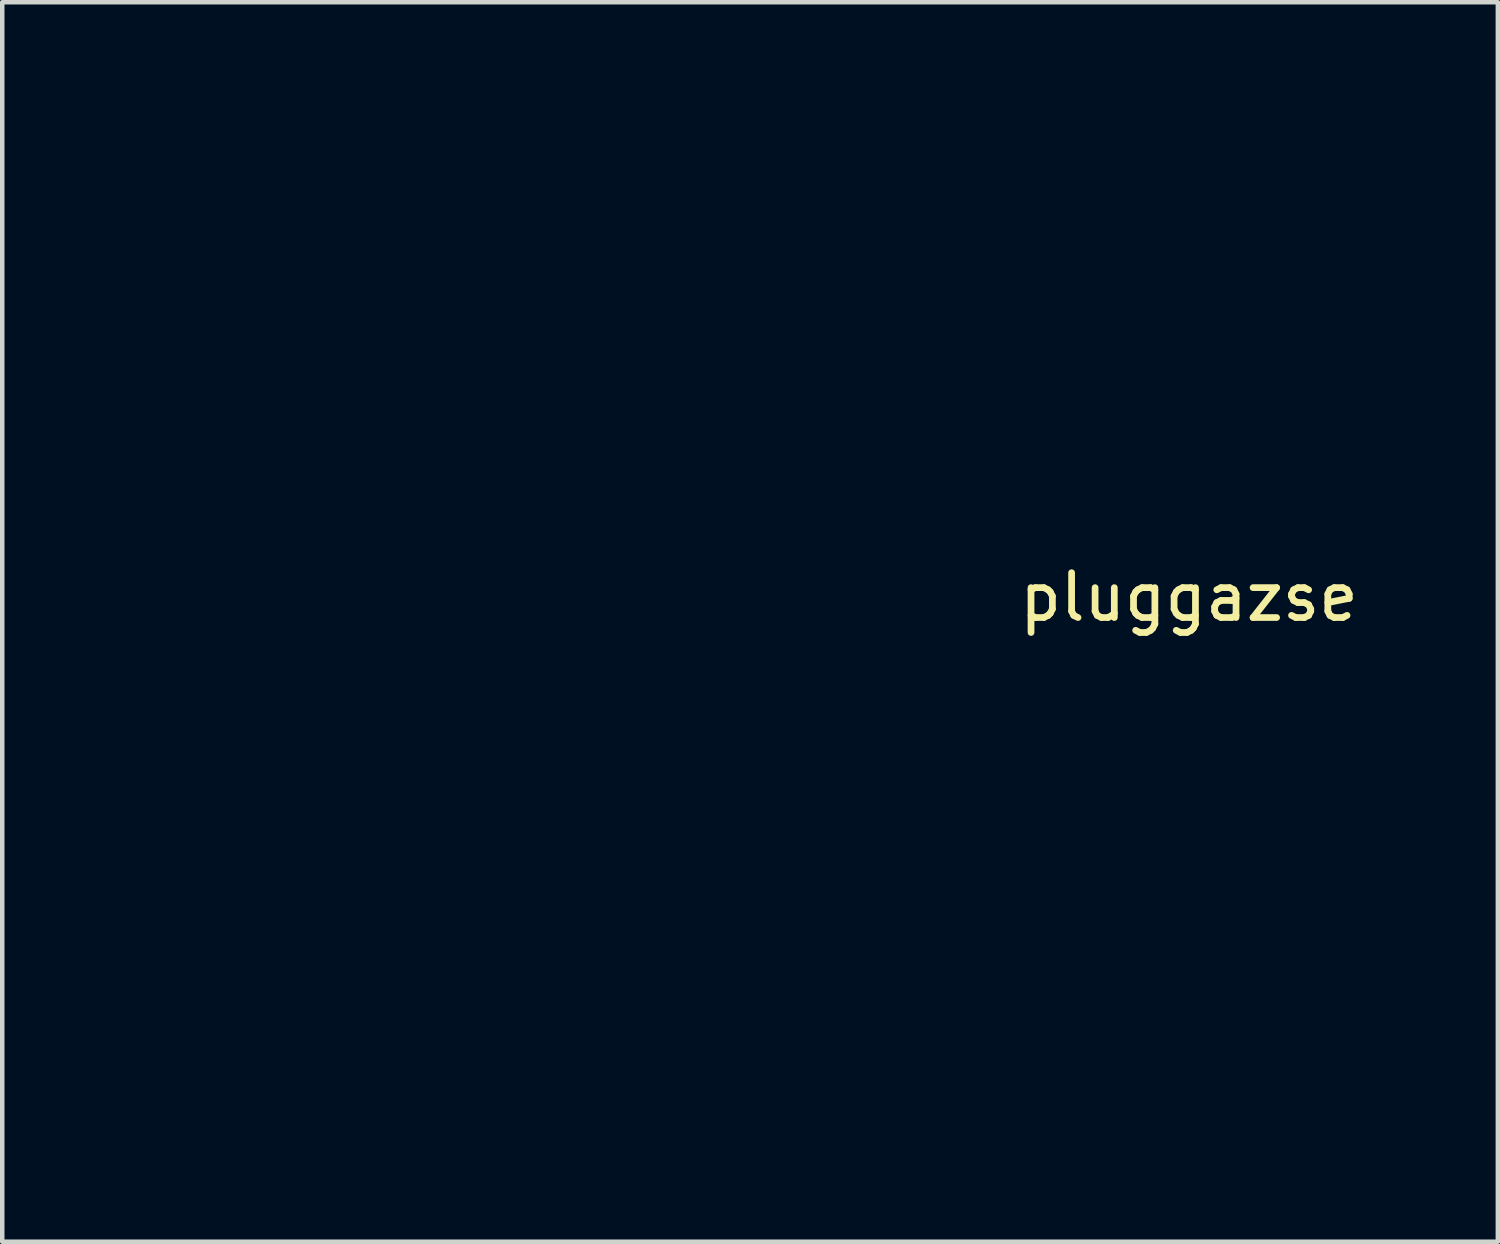
<source format=kicad_pcb>
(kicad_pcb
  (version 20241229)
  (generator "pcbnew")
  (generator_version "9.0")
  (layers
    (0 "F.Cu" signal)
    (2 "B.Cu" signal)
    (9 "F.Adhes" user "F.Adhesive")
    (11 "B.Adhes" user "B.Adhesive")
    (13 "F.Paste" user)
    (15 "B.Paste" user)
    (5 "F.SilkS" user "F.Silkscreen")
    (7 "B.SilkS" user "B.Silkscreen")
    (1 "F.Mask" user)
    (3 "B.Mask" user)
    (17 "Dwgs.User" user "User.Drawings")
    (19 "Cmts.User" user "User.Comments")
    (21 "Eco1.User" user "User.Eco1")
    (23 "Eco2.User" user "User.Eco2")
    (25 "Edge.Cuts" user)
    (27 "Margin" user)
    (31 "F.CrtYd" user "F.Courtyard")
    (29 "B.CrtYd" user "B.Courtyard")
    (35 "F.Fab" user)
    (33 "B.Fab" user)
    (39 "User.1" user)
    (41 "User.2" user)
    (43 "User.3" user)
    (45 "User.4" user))
  (footprint "pluggazse"
    (layer "F.Cu")
    (at 0.25 0.25)
    (property "Reference" "pluggazse" (at 23.217 10.017 0) (unlocked yes) (layer "F.SilkS") (effects (font (size 1 1) (thickness 0.15))))
    (attr smd)
    (fp_poly (pts (xy 10.186 8.149) (xy 9.168 8.149) (xy 9.168 7.131) (xy 10.186 7.131)) (stroke (width 0) (type solid)) (fill yes) (layer "F.Mask"))
    (fp_poly (pts (xy 10.186 10.186) (xy 9.168 10.186) (xy 9.168 9.168) (xy 10.186 9.168)) (stroke (width 0) (type solid)) (fill yes) (layer "F.Mask"))
    (fp_poly (pts (xy 11.205 7.131) (xy 10.186 7.131) (xy 10.186 6.112) (xy 11.205 6.112)) (stroke (width 0) (type solid)) (fill yes) (layer "F.Mask"))
    (fp_poly (pts (xy 12.224 6.112) (xy 11.205 6.112) (xy 11.205 5.093) (xy 12.224 5.093)) (stroke (width 0) (type solid)) (fill yes) (layer "F.Mask"))
    (fp_poly (pts (xy 12.224 15.28) (xy 11.205 15.28) (xy 11.205 14.261) (xy 12.224 14.261)) (stroke (width 0) (type solid)) (fill yes) (layer "F.Mask"))
    (fp_poly (pts (xy 12.224 17.317) (xy 11.205 17.317) (xy 11.205 16.298) (xy 12.224 16.298)) (stroke (width 0) (type solid)) (fill yes) (layer "F.Mask"))
    (fp_poly (pts (xy 13.242 7.131) (xy 12.224 7.131) (xy 12.224 6.112) (xy 13.242 6.112)) (stroke (width 0) (type solid)) (fill yes) (layer "F.Mask"))
    (fp_poly (pts (xy 15.28 21.392) (xy 14.261 21.392) (xy 14.261 20.373) (xy 15.28 20.373)) (stroke (width 0) (type solid)) (fill yes) (layer "F.Mask"))
    (fp_poly (pts (xy 20.373 9.168) (xy 19.354 9.168) (xy 19.354 8.149) (xy 20.373 8.149)) (stroke (width 0) (type solid)) (fill yes) (layer "F.Mask"))
    (fp_poly (pts (xy 20.373 21.392) (xy 19.354 21.392) (xy 19.354 20.373) (xy 20.373 20.373)) (stroke (width 0) (type solid)) (fill yes) (layer "F.Mask"))
    (fp_poly (pts (xy 21.392 10.186) (xy 20.373 10.186) (xy 20.373 9.168) (xy 21.392 9.168)) (stroke (width 0) (type solid)) (fill yes) (layer "F.Mask"))
    (fp_poly (pts (xy 9.168 6.112) (xy 9.168 7.131) (xy 8.149 7.131) (xy 8.149 6.112) (xy 8.149 5.093) (xy 9.168 5.093)) (stroke (width 0) (type solid)) (fill yes) (layer "F.Mask"))
    (fp_poly (pts (xy 12.224 20.373) (xy 12.224 21.392) (xy 11.205 21.392) (xy 11.205 20.373) (xy 11.205 19.354) (xy 12.224 19.354)) (stroke (width 0) (type solid)) (fill yes) (layer "F.Mask"))
    (fp_poly (pts (xy 10.186 4.075) (xy 10.186 5.093) (xy 9.168 5.093) (xy 9.168 4.075) (xy 8.149 4.075) (xy 8.149 3.056) (xy 9.168 3.056) (xy 10.186 3.056)) (stroke (width 0) (type solid)) (fill yes) (layer "F.Mask"))
    (fp_poly (pts (xy 14.261 18.336) (xy 14.261 19.354) (xy 13.242 19.354) (xy 12.224 19.354) (xy 12.224 18.336) (xy 12.224 17.317) (xy 13.242 17.317) (xy 14.261 17.317)) (stroke (width 0) (type solid)) (fill yes) (layer "F.Mask"))
    (fp_poly (pts (xy 15.28 15.28) (xy 14.261 15.28) (xy 14.261 16.298) (xy 13.242 16.298) (xy 13.242 15.28) (xy 13.242 14.261) (xy 14.261 14.261) (xy 15.28 14.261)) (stroke (width 0) (type solid)) (fill yes) (layer "F.Mask"))
    (fp_poly (pts (xy 5.093 3.056) (xy 5.093 4.075) (xy 5.093 5.093) (xy 4.075 5.093) (xy 3.056 5.093) (xy 2.037 5.093) (xy 2.037 4.075) (xy 2.037 3.056) (xy 2.037 2.037) (xy 3.056 2.037) (xy 4.075 2.037) (xy 5.093 2.037)) (stroke (width 0) (type solid)) (fill yes) (layer "F.Mask"))
    (fp_poly (pts (xy 5.093 17.317) (xy 5.093 18.336) (xy 5.093 19.354) (xy 4.075 19.354) (xy 3.056 19.354) (xy 2.037 19.354) (xy 2.037 18.336) (xy 2.037 17.317) (xy 2.037 16.298) (xy 3.056 16.298) (xy 4.075 16.298) (xy 5.093 16.298)) (stroke (width 0) (type solid)) (fill yes) (layer "F.Mask"))
    (fp_poly (pts (xy 19.354 3.056) (xy 19.354 4.075) (xy 19.354 5.093) (xy 18.336 5.093) (xy 17.317 5.093) (xy 16.298 5.093) (xy 16.298 4.075) (xy 16.298 3.056) (xy 16.298 2.037) (xy 17.317 2.037) (xy 18.336 2.037) (xy 19.354 2.037)) (stroke (width 0) (type solid)) (fill yes) (layer "F.Mask"))
    (fp_poly (pts (xy 16.298 17.317) (xy 17.317 17.317) (xy 18.336 17.317) (xy 19.354 17.317) (xy 19.354 18.336) (xy 18.336 18.336) (xy 18.336 19.354) (xy 19.354 19.354) (xy 19.354 20.373) (xy 18.336 20.373) (xy 17.317 20.373) (xy 16.298 20.373) (xy 16.298 19.354) (xy 17.317 19.354) (xy 17.317 18.336) (xy 16.298 18.336) (xy 15.28 18.336) (xy 15.28 17.317) (xy 14.261 17.317) (xy 14.261 16.298) (xy 15.28 16.298) (xy 16.298 16.298)) (stroke (width 0) (type solid)) (fill yes) (layer "F.Mask"))
    (fp_poly (pts (xy 13.242 1.019) (xy 13.242 2.037) (xy 13.242 3.056) (xy 13.242 4.075) (xy 13.242 5.093) (xy 12.224 5.093) (xy 12.224 4.075) (xy 12.224 3.056) (xy 11.205 3.056) (xy 10.186 3.056) (xy 10.186 2.037) (xy 9.168 2.037) (xy 8.149 2.037) (xy 8.149 1.019) (xy 9.168 1.019) (xy 10.186 1.019) (xy 11.205 1.019) (xy 11.205 2.037) (xy 12.224 2.037) (xy 12.224 1.019) (xy 11.205 1.019) (xy 10.186 1.019) (xy 10.186 0) (xy 11.205 0) (xy 12.224 0) (xy 13.242 0)) (stroke (width 0) (type solid)) (fill yes) (layer "F.Mask"))
    (fp_poly (pts (xy 7.131 1.019) (xy 7.131 2.037) (xy 7.131 3.056) (xy 7.131 4.075) (xy 7.131 5.093) (xy 7.131 6.112) (xy 7.131 7.131) (xy 6.112 7.131) (xy 5.093 7.131) (xy 4.075 7.131) (xy 3.056 7.131) (xy 2.037 7.131) (xy 1.019 7.131) (xy 0 7.131) (xy 0 6.112) (xy 0 5.093) (xy 0 4.075) (xy 0 3.056) (xy 0 2.037) (xy 0 1.019) (xy 1.019 1.019) (xy 1.019 2.037) (xy 1.019 3.056) (xy 1.019 4.075) (xy 1.019 5.093) (xy 1.019 6.112) (xy 6.112 6.112) (xy 6.112 5.093) (xy 6.112 4.075) (xy 6.112 3.056) (xy 6.112 2.037) (xy 6.112 1.019) (xy 5.093 1.019) (xy 4.075 1.019) (xy 3.056 1.019) (xy 2.037 1.019) (xy 1.019 1.019) (xy 0 1.019) (xy 0 0) (xy 1.019 0) (xy 2.037 0) (xy 3.056 0) (xy 4.075 0) (xy 5.093 0) (xy 6.112 0) (xy 7.131 0)) (stroke (width 0) (type solid)) (fill yes) (layer "F.Mask"))
    (fp_poly (pts (xy 7.131 15.28) (xy 7.131 16.298) (xy 7.131 17.317) (xy 7.131 18.336) (xy 7.131 19.354) (xy 7.131 20.373) (xy 7.131 21.392) (xy 6.112 21.392) (xy 5.093 21.392) (xy 4.075 21.392) (xy 3.056 21.392) (xy 2.037 21.392) (xy 1.019 21.392) (xy 0 21.392) (xy 0 20.373) (xy 0 19.354) (xy 0 18.336) (xy 0 17.317) (xy 0 16.298) (xy 0 15.28) (xy 1.019 15.28) (xy 1.019 16.298) (xy 1.019 17.317) (xy 1.019 18.336) (xy 1.019 19.354) (xy 1.019 20.373) (xy 6.112 20.373) (xy 6.112 19.354) (xy 6.112 18.336) (xy 6.112 17.317) (xy 6.112 16.298) (xy 6.112 15.28) (xy 5.093 15.28) (xy 4.075 15.28) (xy 3.056 15.28) (xy 2.037 15.28) (xy 1.019 15.28) (xy 0 15.28) (xy 0 14.261) (xy 1.019 14.261) (xy 2.037 14.261) (xy 3.056 14.261) (xy 4.075 14.261) (xy 5.093 14.261) (xy 6.112 14.261) (xy 7.131 14.261)) (stroke (width 0) (type solid)) (fill yes) (layer "F.Mask"))
    (fp_poly (pts (xy 21.392 1.019) (xy 21.392 2.037) (xy 21.392 3.056) (xy 21.392 4.075) (xy 21.392 5.093) (xy 21.392 6.112) (xy 21.392 7.131) (xy 20.373 7.131) (xy 19.354 7.131) (xy 18.336 7.131) (xy 17.317 7.131) (xy 16.298 7.131) (xy 15.28 7.131) (xy 14.261 7.131) (xy 14.261 6.112) (xy 14.261 5.093) (xy 14.261 4.075) (xy 14.261 3.056) (xy 14.261 2.037) (xy 14.261 1.019) (xy 15.28 1.019) (xy 15.28 2.037) (xy 15.28 3.056) (xy 15.28 4.075) (xy 15.28 5.093) (xy 15.28 6.112) (xy 20.373 6.112) (xy 20.373 5.093) (xy 20.373 4.075) (xy 20.373 3.056) (xy 20.373 2.037) (xy 20.373 1.019) (xy 19.354 1.019) (xy 18.336 1.019) (xy 17.317 1.019) (xy 16.298 1.019) (xy 15.28 1.019) (xy 14.261 1.019) (xy 14.261 0) (xy 15.28 0) (xy 16.298 0) (xy 17.317 0) (xy 18.336 0) (xy 19.354 0) (xy 20.373 0) (xy 21.392 0)) (stroke (width 0) (type solid)) (fill yes) (layer "F.Mask"))
    (fp_poly (pts (xy 5.093 9.168) (xy 6.112 9.168) (xy 6.112 10.186) (xy 7.131 10.186) (xy 7.131 9.168) (xy 6.112 9.168) (xy 6.112 8.149) (xy 7.131 8.149) (xy 8.149 8.149) (xy 9.168 8.149) (xy 9.168 9.168) (xy 8.149 9.168) (xy 8.149 10.186) (xy 8.149 11.205) (xy 7.131 11.205) (xy 6.112 11.205) (xy 6.112 12.224) (xy 10.186 12.224) (xy 10.186 11.205) (xy 11.205 11.205) (xy 12.224 11.205) (xy 12.224 10.186) (xy 13.242 10.186) (xy 13.242 11.205) (xy 14.261 11.205) (xy 14.261 12.224) (xy 15.28 12.224) (xy 15.28 11.205) (xy 14.261 11.205) (xy 14.261 10.186) (xy 13.242 10.186) (xy 12.224 10.186) (xy 11.205 10.186) (xy 11.205 9.168) (xy 11.205 8.149) (xy 12.224 8.149) (xy 12.224 9.168) (xy 13.242 9.168) (xy 13.242 8.149) (xy 14.261 8.149) (xy 14.261 9.168) (xy 15.28 9.168) (xy 15.28 8.149) (xy 16.298 8.149) (xy 16.298 9.168) (xy 17.317 9.168) (xy 17.317 8.149) (xy 18.336 8.149) (xy 18.336 9.168) (xy 18.336 10.186) (xy 17.317 10.186) (xy 16.298 10.186) (xy 16.298 11.205) (xy 18.336 11.205) (xy 18.336 10.186) (xy 19.354 10.186) (xy 20.373 10.186) (xy 20.373 11.205) (xy 19.354 11.205) (xy 19.354 12.224) (xy 18.336 12.224) (xy 18.336 13.242) (xy 19.354 13.242) (xy 20.373 13.242) (xy 21.392 13.242) (xy 21.392 14.261) (xy 20.373 14.261) (xy 20.373 15.28) (xy 21.392 15.28) (xy 21.392 16.298) (xy 21.392 17.317) (xy 20.373 17.317) (xy 20.373 16.298) (xy 19.354 16.298) (xy 18.336 16.298) (xy 17.317 16.298) (xy 17.317 15.28) (xy 17.317 14.261) (xy 16.298 14.261) (xy 16.298 13.242) (xy 15.28 13.242) (xy 14.261 13.242) (xy 13.242 13.242) (xy 13.242 14.261) (xy 12.224 14.261) (xy 12.224 13.242) (xy 12.224 12.224) (xy 11.205 12.224) (xy 11.205 13.242) (xy 10.186 13.242) (xy 10.186 14.261) (xy 10.186 15.28) (xy 11.205 15.28) (xy 11.205 16.298) (xy 10.186 16.298) (xy 10.186 17.317) (xy 11.205 17.317) (xy 11.205 18.336) (xy 11.205 19.354) (xy 10.186 19.354) (xy 10.186 18.336) (xy 9.168 18.336) (xy 9.168 19.354) (xy 9.168 20.373) (xy 10.186 20.373) (xy 10.186 21.392) (xy 9.168 21.392) (xy 8.149 21.392) (xy 8.149 20.373) (xy 8.149 19.354) (xy 8.149 18.336) (xy 8.149 17.317) (xy 8.149 16.298) (xy 9.168 16.298) (xy 9.168 15.28) (xy 8.149 15.28) (xy 8.149 14.261) (xy 8.149 13.242) (xy 7.131 13.242) (xy 6.112 13.242) (xy 5.093 13.242) (xy 4.075 13.242) (xy 3.056 13.242) (xy 3.056 12.224) (xy 4.075 12.224) (xy 5.093 12.224) (xy 5.093 11.205) (xy 4.075 11.205) (xy 4.075 10.186) (xy 3.056 10.186) (xy 2.037 10.186) (xy 2.037 11.205) (xy 2.037 12.224) (xy 2.037 13.242) (xy 1.019 13.242) (xy 0 13.242) (xy 0 12.224) (xy 1.019 12.224) (xy 1.019 11.205) (xy 0 11.205) (xy 0 10.186) (xy 1.019 10.186) (xy 1.019 9.168) (xy 0 9.168) (xy 0 8.149) (xy 1.019 8.149) (xy 2.037 8.149) (xy 3.056 8.149) (xy 4.075 8.149) (xy 5.093 8.149)) (stroke (width 0) (type solid)) (fill yes) (layer "F.Mask")))
  (gr_rect
    (start -3 -3)
    (end 30.354 24.642)
    (stroke (width 0.1) (type default))
    (fill no)
    (layer "Edge.Cuts")))
</source>
